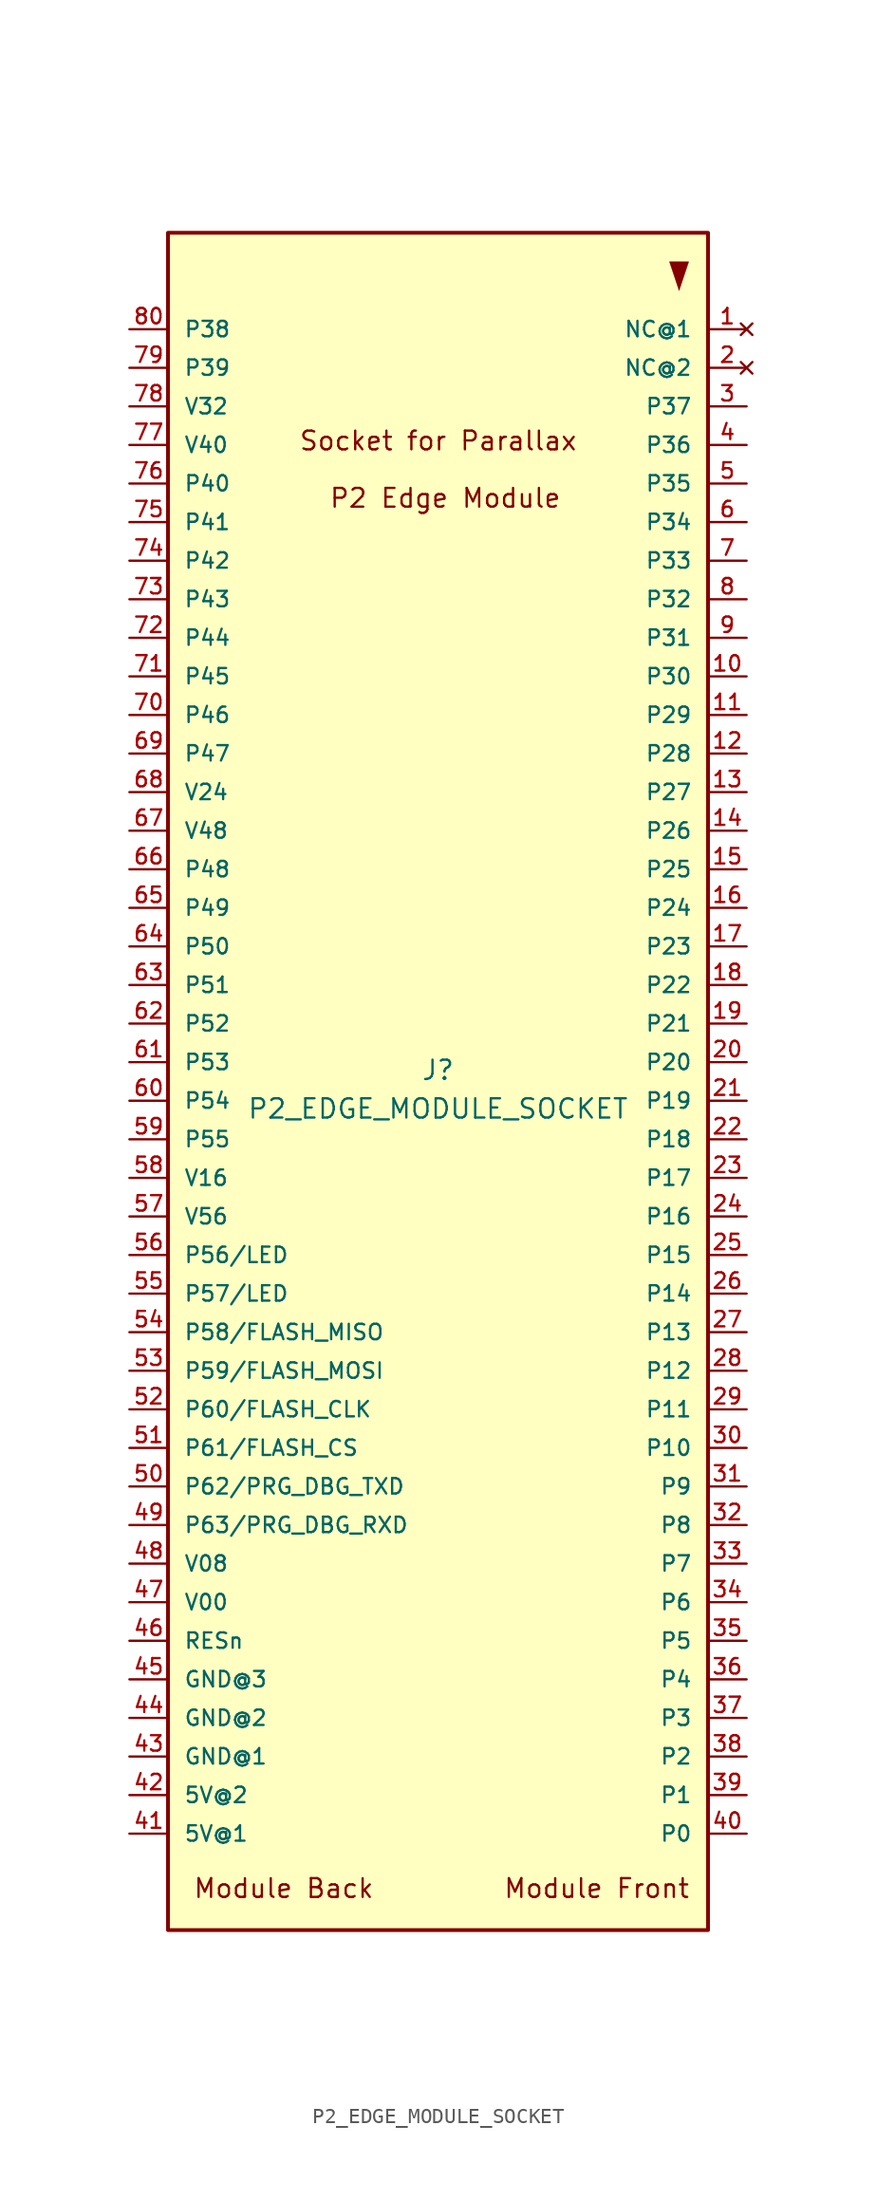
<source format=kicad_sym>
(kicad_symbol_lib
  (version 20211014)
  (generator kicad_symbol_editor)
  (symbol "P2_EDGE_MODULE_SOCKET"
    (pin_names
      (offset 1.016))
    (property "Reference" "J"
      (at 0 0 0)
      (effects (font (size 1.27 1.27)) (justify bottom)))
    (property "Value" "P2_EDGE_MODULE_SOCKET"
      (at 0 -2.54 0)
      (effects (font (size 1.27 1.27)) (justify bottom)))
    (symbol "P2_EDGE_MODULE_SOCKET_0_0"
      (rectangle (start -17.78 -55.88) (end 17.78 55.88) (stroke (width 0.25) (type default) (color 0 0 0 0)) (fill (type background)))
      (polyline (pts (xy 15.24 53.975) (xy 15.875 52.07) (xy 16.51 53.975) (xy 16.51 53.975) (xy 15.24 53.975)) (stroke (width 0.002) (type default) (color 0 0 0 0)) (fill (type outline)))
      (text "Module Back" (at -16.16 -52.41 0) (effects (font (size 1.233 1.233)) (justify left top)))
      (text "Module Front" (at 4.27 -52.41 0) (effects (font (size 1.233 1.233)) (justify left top)))
      (text "P2 Edge Module" (at 0.479 39.133 0) (effects (font (size 1.233 1.233)) (justify top)))
      (text "Socket for Parallax " (at 0.479 42.906 0) (effects (font (size 1.233 1.233)) (justify top)))
      (pin no_connect line (at 20.32 49.53 180) (length 2.54) (name "NC@1" (effects (font (size 1.016 1.016)))) (number "1" (effects (font (size 1.016 1.016)))))
      (pin bidirectional line (at 20.32 26.67 180) (length 2.54) (name "P30" (effects (font (size 1.016 1.016)))) (number "10" (effects (font (size 1.016 1.016)))))
      (pin bidirectional line (at 20.32 24.13 180) (length 2.54) (name "P29" (effects (font (size 1.016 1.016)))) (number "11" (effects (font (size 1.016 1.016)))))
      (pin bidirectional line (at 20.32 21.59 180) (length 2.54) (name "P28" (effects (font (size 1.016 1.016)))) (number "12" (effects (font (size 1.016 1.016)))))
      (pin bidirectional line (at 20.32 19.05 180) (length 2.54) (name "P27" (effects (font (size 1.016 1.016)))) (number "13" (effects (font (size 1.016 1.016)))))
      (pin bidirectional line (at 20.32 16.51 180) (length 2.54) (name "P26" (effects (font (size 1.016 1.016)))) (number "14" (effects (font (size 1.016 1.016)))))
      (pin bidirectional line (at 20.32 13.97 180) (length 2.54) (name "P25" (effects (font (size 1.016 1.016)))) (number "15" (effects (font (size 1.016 1.016)))))
      (pin bidirectional line (at 20.32 11.43 180) (length 2.54) (name "P24" (effects (font (size 1.016 1.016)))) (number "16" (effects (font (size 1.016 1.016)))))
      (pin bidirectional line (at 20.32 8.89 180) (length 2.54) (name "P23" (effects (font (size 1.016 1.016)))) (number "17" (effects (font (size 1.016 1.016)))))
      (pin bidirectional line (at 20.32 6.35 180) (length 2.54) (name "P22" (effects (font (size 1.016 1.016)))) (number "18" (effects (font (size 1.016 1.016)))))
      (pin bidirectional line (at 20.32 3.81 180) (length 2.54) (name "P21" (effects (font (size 1.016 1.016)))) (number "19" (effects (font (size 1.016 1.016)))))
      (pin no_connect line (at 20.32 46.99 180) (length 2.54) (name "NC@2" (effects (font (size 1.016 1.016)))) (number "2" (effects (font (size 1.016 1.016)))))
      (pin bidirectional line (at 20.32 1.27 180) (length 2.54) (name "P20" (effects (font (size 1.016 1.016)))) (number "20" (effects (font (size 1.016 1.016)))))
      (pin bidirectional line (at 20.32 -1.27 180) (length 2.54) (name "P19" (effects (font (size 1.016 1.016)))) (number "21" (effects (font (size 1.016 1.016)))))
      (pin bidirectional line (at 20.32 -3.81 180) (length 2.54) (name "P18" (effects (font (size 1.016 1.016)))) (number "22" (effects (font (size 1.016 1.016)))))
      (pin bidirectional line (at 20.32 -6.35 180) (length 2.54) (name "P17" (effects (font (size 1.016 1.016)))) (number "23" (effects (font (size 1.016 1.016)))))
      (pin bidirectional line (at 20.32 -8.89 180) (length 2.54) (name "P16" (effects (font (size 1.016 1.016)))) (number "24" (effects (font (size 1.016 1.016)))))
      (pin bidirectional line (at 20.32 -11.43 180) (length 2.54) (name "P15" (effects (font (size 1.016 1.016)))) (number "25" (effects (font (size 1.016 1.016)))))
      (pin bidirectional line (at 20.32 -13.97 180) (length 2.54) (name "P14" (effects (font (size 1.016 1.016)))) (number "26" (effects (font (size 1.016 1.016)))))
      (pin bidirectional line (at 20.32 -16.51 180) (length 2.54) (name "P13" (effects (font (size 1.016 1.016)))) (number "27" (effects (font (size 1.016 1.016)))))
      (pin bidirectional line (at 20.32 -19.05 180) (length 2.54) (name "P12" (effects (font (size 1.016 1.016)))) (number "28" (effects (font (size 1.016 1.016)))))
      (pin bidirectional line (at 20.32 -21.59 180) (length 2.54) (name "P11" (effects (font (size 1.016 1.016)))) (number "29" (effects (font (size 1.016 1.016)))))
      (pin bidirectional line (at 20.32 44.45 180) (length 2.54) (name "P37" (effects (font (size 1.016 1.016)))) (number "3" (effects (font (size 1.016 1.016)))))
      (pin bidirectional line (at 20.32 -24.13 180) (length 2.54) (name "P10" (effects (font (size 1.016 1.016)))) (number "30" (effects (font (size 1.016 1.016)))))
      (pin bidirectional line (at 20.32 -26.67 180) (length 2.54) (name "P9" (effects (font (size 1.016 1.016)))) (number "31" (effects (font (size 1.016 1.016)))))
      (pin bidirectional line (at 20.32 -29.21 180) (length 2.54) (name "P8" (effects (font (size 1.016 1.016)))) (number "32" (effects (font (size 1.016 1.016)))))
      (pin bidirectional line (at 20.32 -31.75 180) (length 2.54) (name "P7" (effects (font (size 1.016 1.016)))) (number "33" (effects (font (size 1.016 1.016)))))
      (pin bidirectional line (at 20.32 -34.29 180) (length 2.54) (name "P6" (effects (font (size 1.016 1.016)))) (number "34" (effects (font (size 1.016 1.016)))))
      (pin bidirectional line (at 20.32 -36.83 180) (length 2.54) (name "P5" (effects (font (size 1.016 1.016)))) (number "35" (effects (font (size 1.016 1.016)))))
      (pin bidirectional line (at 20.32 -39.37 180) (length 2.54) (name "P4" (effects (font (size 1.016 1.016)))) (number "36" (effects (font (size 1.016 1.016)))))
      (pin bidirectional line (at 20.32 -41.91 180) (length 2.54) (name "P3" (effects (font (size 1.016 1.016)))) (number "37" (effects (font (size 1.016 1.016)))))
      (pin bidirectional line (at 20.32 -44.45 180) (length 2.54) (name "P2" (effects (font (size 1.016 1.016)))) (number "38" (effects (font (size 1.016 1.016)))))
      (pin bidirectional line (at 20.32 -46.99 180) (length 2.54) (name "P1" (effects (font (size 1.016 1.016)))) (number "39" (effects (font (size 1.016 1.016)))))
      (pin bidirectional line (at 20.32 41.91 180) (length 2.54) (name "P36" (effects (font (size 1.016 1.016)))) (number "4" (effects (font (size 1.016 1.016)))))
      (pin bidirectional line (at 20.32 -49.53 180) (length 2.54) (name "P0" (effects (font (size 1.016 1.016)))) (number "40" (effects (font (size 1.016 1.016)))))
      (pin power_in line (at -20.32 -49.53 0) (length 2.54) (name "5V@1" (effects (font (size 1.016 1.016)))) (number "41" (effects (font (size 1.016 1.016)))))
      (pin power_in line (at -20.32 -46.99 0) (length 2.54) (name "5V@2" (effects (font (size 1.016 1.016)))) (number "42" (effects (font (size 1.016 1.016)))))
      (pin power_in line (at -20.32 -44.45 0) (length 2.54) (name "GND@1" (effects (font (size 1.016 1.016)))) (number "43" (effects (font (size 1.016 1.016)))))
      (pin power_in line (at -20.32 -41.91 0) (length 2.54) (name "GND@2" (effects (font (size 1.016 1.016)))) (number "44" (effects (font (size 1.016 1.016)))))
      (pin power_out line (at -20.32 -39.37 0) (length 2.54) (name "GND@3" (effects (font (size 1.016 1.016)))) (number "45" (effects (font (size 1.016 1.016)))))
      (pin input line (at -20.32 -36.83 0) (length 2.54) (name "RESn" (effects (font (size 1.016 1.016)))) (number "46" (effects (font (size 1.016 1.016)))))
      (pin power_out line (at -20.32 -34.29 0) (length 2.54) (name "V00" (effects (font (size 1.016 1.016)))) (number "47" (effects (font (size 1.016 1.016)))))
      (pin power_out line (at -20.32 -31.75 0) (length 2.54) (name "V08" (effects (font (size 1.016 1.016)))) (number "48" (effects (font (size 1.016 1.016)))))
      (pin input line (at -20.32 -29.21 0) (length 2.54) (name "P63/PRG_DBG_RXD" (effects (font (size 1.016 1.016)))) (number "49" (effects (font (size 1.016 1.016)))))
      (pin bidirectional line (at 20.32 39.37 180) (length 2.54) (name "P35" (effects (font (size 1.016 1.016)))) (number "5" (effects (font (size 1.016 1.016)))))
      (pin output line (at -20.32 -26.67 0) (length 2.54) (name "P62/PRG_DBG_TXD" (effects (font (size 1.016 1.016)))) (number "50" (effects (font (size 1.016 1.016)))))
      (pin output line (at -20.32 -24.13 0) (length 2.54) (name "P61/FLASH_CS" (effects (font (size 1.016 1.016)))) (number "51" (effects (font (size 1.016 1.016)))))
      (pin output line (at -20.32 -21.59 0) (length 2.54) (name "P60/FLASH_CLK" (effects (font (size 1.016 1.016)))) (number "52" (effects (font (size 1.016 1.016)))))
      (pin output line (at -20.32 -19.05 0) (length 2.54) (name "P59/FLASH_MOSI" (effects (font (size 1.016 1.016)))) (number "53" (effects (font (size 1.016 1.016)))))
      (pin input line (at -20.32 -16.51 0) (length 2.54) (name "P58/FLASH_MISO" (effects (font (size 1.016 1.016)))) (number "54" (effects (font (size 1.016 1.016)))))
      (pin bidirectional line (at -20.32 -13.97 0) (length 2.54) (name "P57/LED" (effects (font (size 1.016 1.016)))) (number "55" (effects (font (size 1.016 1.016)))))
      (pin bidirectional line (at -20.32 -11.43 0) (length 2.54) (name "P56/LED" (effects (font (size 1.016 1.016)))) (number "56" (effects (font (size 1.016 1.016)))))
      (pin power_out line (at -20.32 -8.89 0) (length 2.54) (name "V56" (effects (font (size 1.016 1.016)))) (number "57" (effects (font (size 1.016 1.016)))))
      (pin power_out line (at -20.32 -6.35 0) (length 2.54) (name "V16" (effects (font (size 1.016 1.016)))) (number "58" (effects (font (size 1.016 1.016)))))
      (pin bidirectional line (at -20.32 -3.81 0) (length 2.54) (name "P55" (effects (font (size 1.016 1.016)))) (number "59" (effects (font (size 1.016 1.016)))))
      (pin bidirectional line (at 20.32 36.83 180) (length 2.54) (name "P34" (effects (font (size 1.016 1.016)))) (number "6" (effects (font (size 1.016 1.016)))))
      (pin bidirectional line (at -20.32 -1.27 0) (length 2.54) (name "P54" (effects (font (size 1.016 1.016)))) (number "60" (effects (font (size 1.016 1.016)))))
      (pin bidirectional line (at -20.32 1.27 0) (length 2.54) (name "P53" (effects (font (size 1.016 1.016)))) (number "61" (effects (font (size 1.016 1.016)))))
      (pin bidirectional line (at -20.32 3.81 0) (length 2.54) (name "P52" (effects (font (size 1.016 1.016)))) (number "62" (effects (font (size 1.016 1.016)))))
      (pin bidirectional line (at -20.32 6.35 0) (length 2.54) (name "P51" (effects (font (size 1.016 1.016)))) (number "63" (effects (font (size 1.016 1.016)))))
      (pin bidirectional line (at -20.32 8.89 0) (length 2.54) (name "P50" (effects (font (size 1.016 1.016)))) (number "64" (effects (font (size 1.016 1.016)))))
      (pin bidirectional line (at -20.32 11.43 0) (length 2.54) (name "P49" (effects (font (size 1.016 1.016)))) (number "65" (effects (font (size 1.016 1.016)))))
      (pin bidirectional line (at -20.32 13.97 0) (length 2.54) (name "P48" (effects (font (size 1.016 1.016)))) (number "66" (effects (font (size 1.016 1.016)))))
      (pin power_out line (at -20.32 16.51 0) (length 2.54) (name "V48" (effects (font (size 1.016 1.016)))) (number "67" (effects (font (size 1.016 1.016)))))
      (pin power_out line (at -20.32 19.05 0) (length 2.54) (name "V24" (effects (font (size 1.016 1.016)))) (number "68" (effects (font (size 1.016 1.016)))))
      (pin bidirectional line (at -20.32 21.59 0) (length 2.54) (name "P47" (effects (font (size 1.016 1.016)))) (number "69" (effects (font (size 1.016 1.016)))))
      (pin bidirectional line (at 20.32 34.29 180) (length 2.54) (name "P33" (effects (font (size 1.016 1.016)))) (number "7" (effects (font (size 1.016 1.016)))))
      (pin bidirectional line (at -20.32 24.13 0) (length 2.54) (name "P46" (effects (font (size 1.016 1.016)))) (number "70" (effects (font (size 1.016 1.016)))))
      (pin bidirectional line (at -20.32 26.67 0) (length 2.54) (name "P45" (effects (font (size 1.016 1.016)))) (number "71" (effects (font (size 1.016 1.016)))))
      (pin bidirectional line (at -20.32 29.21 0) (length 2.54) (name "P44" (effects (font (size 1.016 1.016)))) (number "72" (effects (font (size 1.016 1.016)))))
      (pin bidirectional line (at -20.32 31.75 0) (length 2.54) (name "P43" (effects (font (size 1.016 1.016)))) (number "73" (effects (font (size 1.016 1.016)))))
      (pin bidirectional line (at -20.32 34.29 0) (length 2.54) (name "P42" (effects (font (size 1.016 1.016)))) (number "74" (effects (font (size 1.016 1.016)))))
      (pin bidirectional line (at -20.32 36.83 0) (length 2.54) (name "P41" (effects (font (size 1.016 1.016)))) (number "75" (effects (font (size 1.016 1.016)))))
      (pin bidirectional line (at -20.32 39.37 0) (length 2.54) (name "P40" (effects (font (size 1.016 1.016)))) (number "76" (effects (font (size 1.016 1.016)))))
      (pin power_out line (at -20.32 41.91 0) (length 2.54) (name "V40" (effects (font (size 1.016 1.016)))) (number "77" (effects (font (size 1.016 1.016)))))
      (pin power_out line (at -20.32 44.45 0) (length 2.54) (name "V32" (effects (font (size 1.016 1.016)))) (number "78" (effects (font (size 1.016 1.016)))))
      (pin bidirectional line (at -20.32 46.99 0) (length 2.54) (name "P39" (effects (font (size 1.016 1.016)))) (number "79" (effects (font (size 1.016 1.016)))))
      (pin bidirectional line (at 20.32 31.75 180) (length 2.54) (name "P32" (effects (font (size 1.016 1.016)))) (number "8" (effects (font (size 1.016 1.016)))))
      (pin bidirectional line (at -20.32 49.53 0) (length 2.54) (name "P38" (effects (font (size 1.016 1.016)))) (number "80" (effects (font (size 1.016 1.016)))))
      (pin bidirectional line (at 20.32 29.21 180) (length 2.54) (name "P31" (effects (font (size 1.016 1.016)))) (number "9" (effects (font (size 1.016 1.016))))))))
</source>
